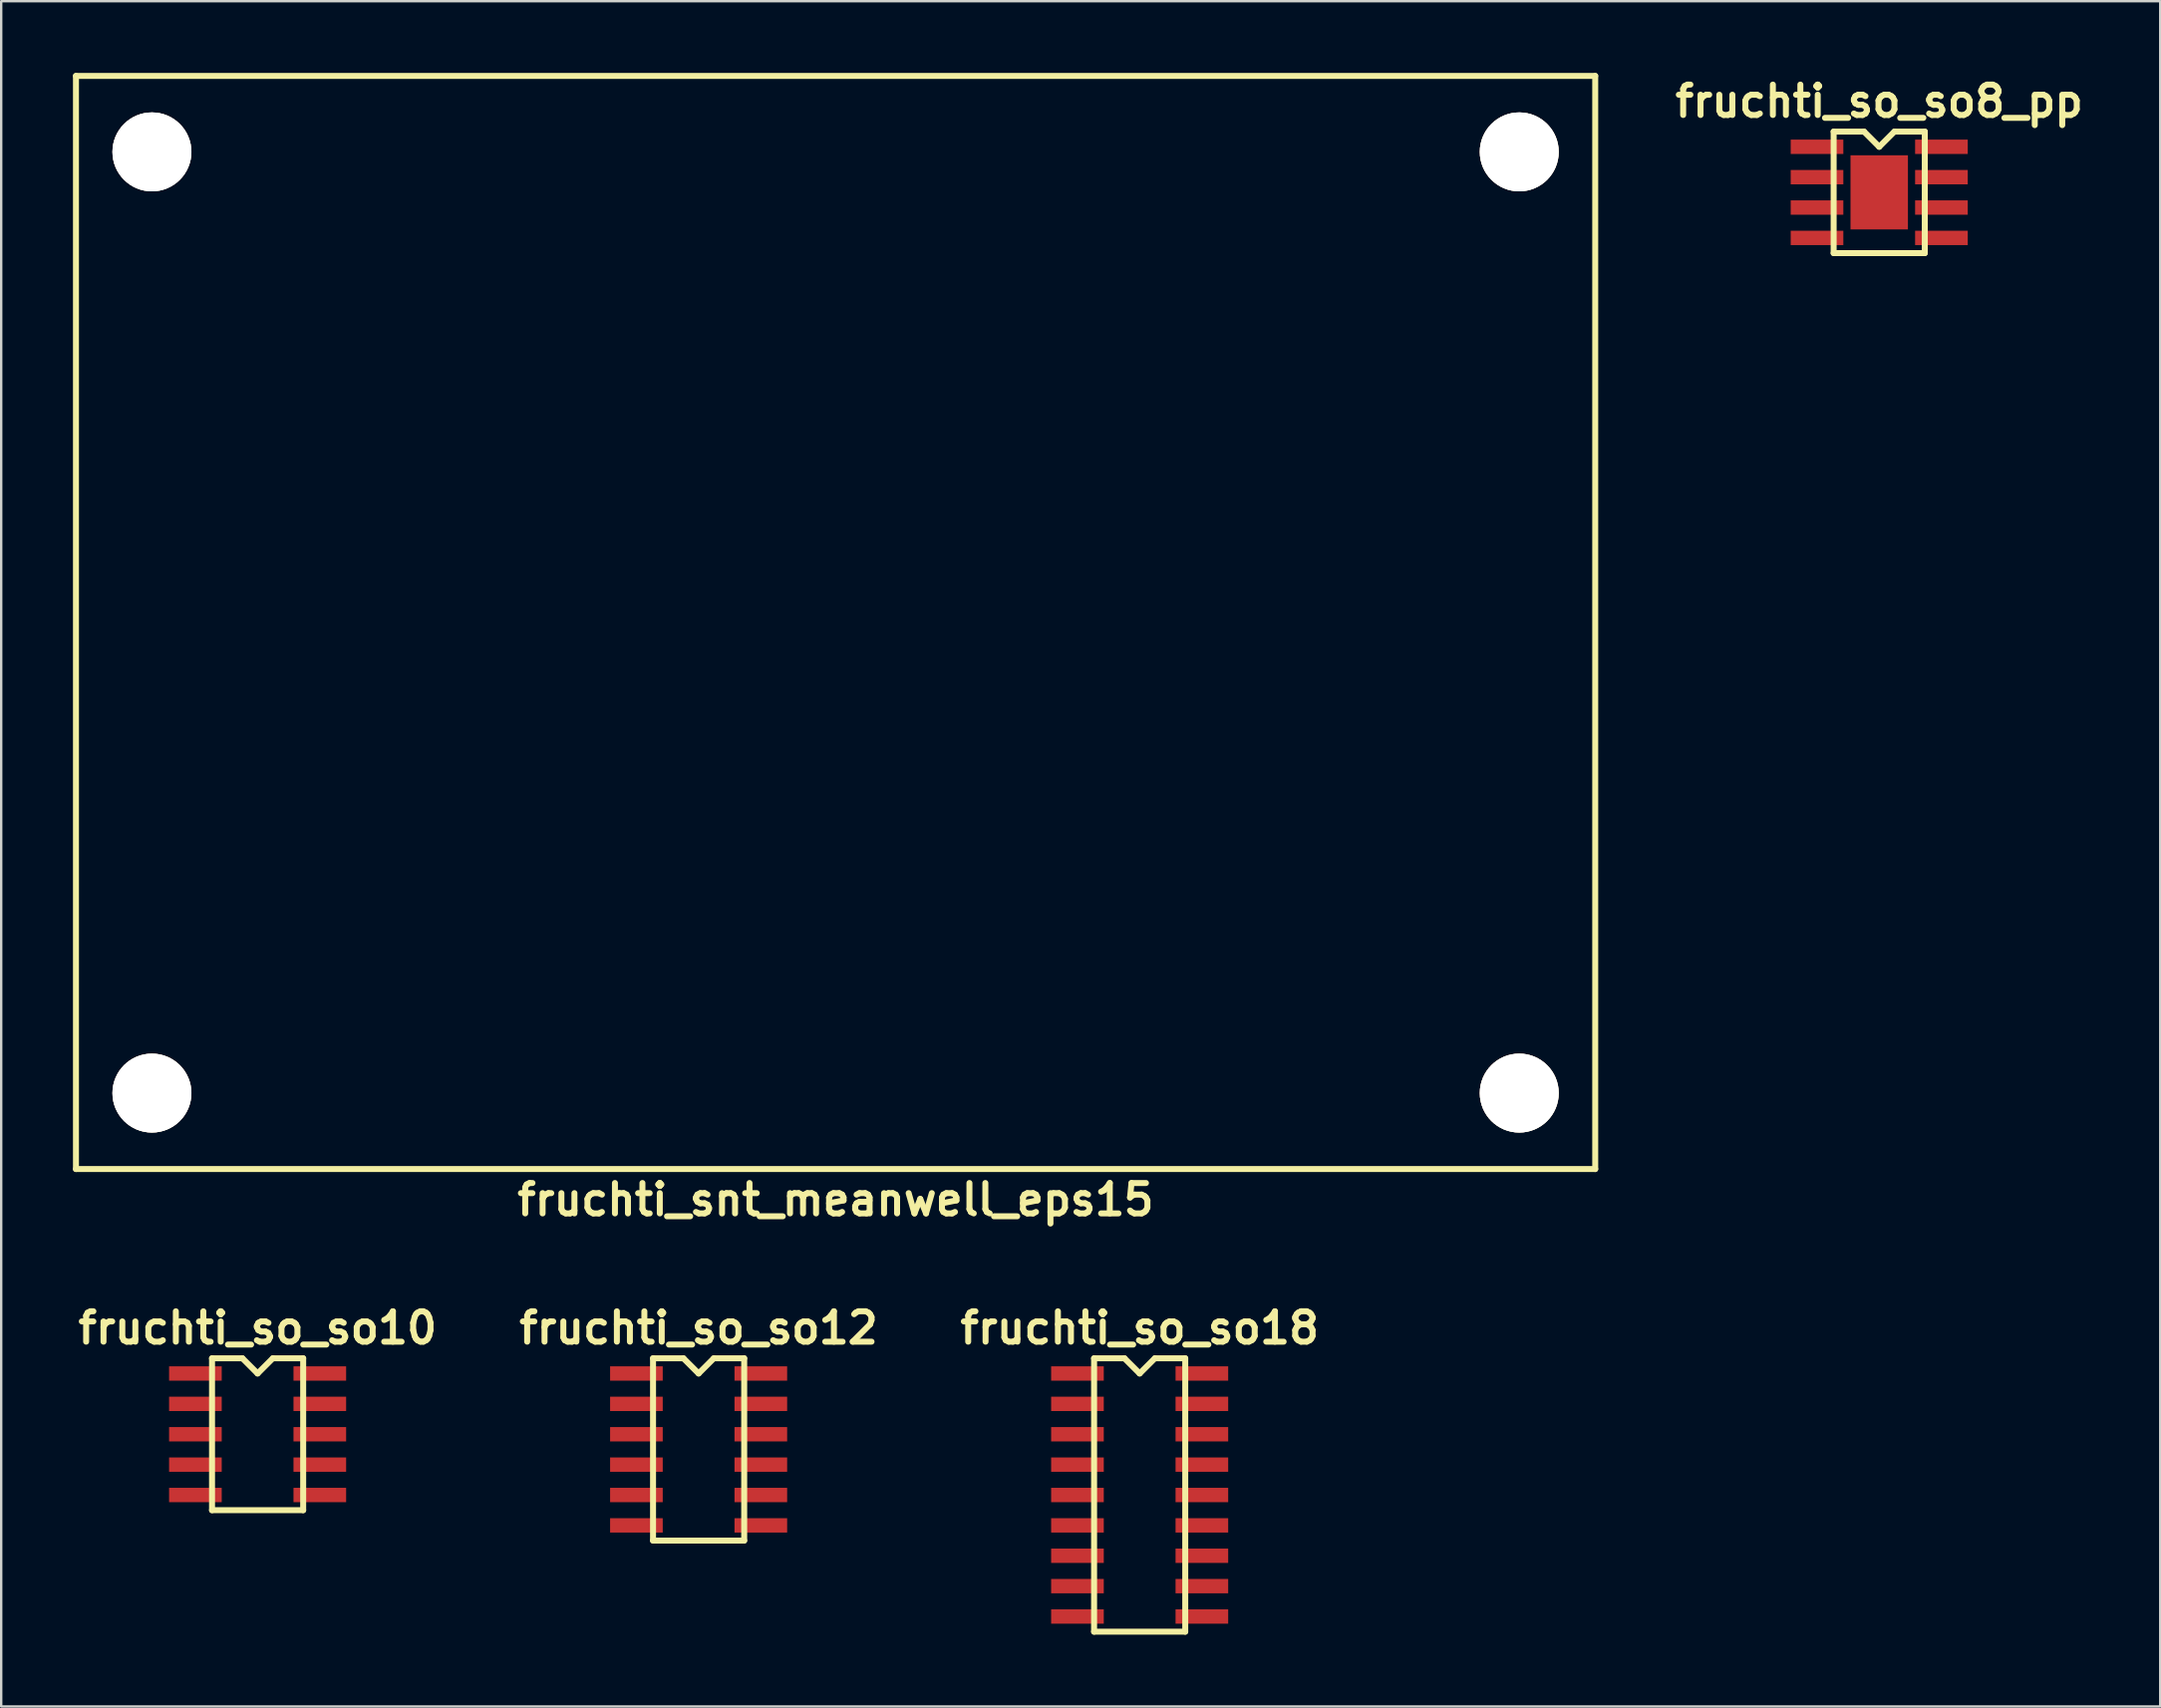
<source format=kicad_pcb>
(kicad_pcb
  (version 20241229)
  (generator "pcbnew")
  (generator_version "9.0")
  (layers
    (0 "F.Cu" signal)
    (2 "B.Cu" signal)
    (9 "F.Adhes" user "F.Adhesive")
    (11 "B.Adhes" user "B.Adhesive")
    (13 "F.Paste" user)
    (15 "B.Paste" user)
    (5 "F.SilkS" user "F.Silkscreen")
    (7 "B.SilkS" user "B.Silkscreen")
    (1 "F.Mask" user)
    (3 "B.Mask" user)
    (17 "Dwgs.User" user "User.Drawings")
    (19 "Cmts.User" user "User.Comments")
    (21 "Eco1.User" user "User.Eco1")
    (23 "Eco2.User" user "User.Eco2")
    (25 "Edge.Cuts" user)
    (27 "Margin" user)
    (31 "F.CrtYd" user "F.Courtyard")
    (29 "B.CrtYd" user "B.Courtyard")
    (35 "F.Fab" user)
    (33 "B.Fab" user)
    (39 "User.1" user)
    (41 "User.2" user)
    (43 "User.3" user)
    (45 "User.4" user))
  (footprint "fruchti_snt_meanwell_eps15"
    (layer "F.Cu")
    (at 31.875 22.975)
    (property "Reference" "fruchti_snt_meanwell_eps15" (at 0 24.13 0) (layer "F.SilkS") (effects (font (size 1.27 1.27) (thickness 0.25))))
    (attr through_hole)
    (fp_line (start -31.75 -22.85) (end -31.75 22.85) (stroke (width 0.25) (type solid)) (layer "F.SilkS"))
    (fp_line (start -31.75 -22.85) (end 31.75 -22.85) (stroke (width 0.25) (type solid)) (layer "F.SilkS"))
    (fp_line (start -31.75 22.85) (end 31.75 22.85) (stroke (width 0.25) (type solid)) (layer "F.SilkS"))
    (fp_line (start 31.75 -22.85) (end 31.75 22.85) (stroke (width 0.25) (type solid)) (layer "F.SilkS"))
    (pad "T" thru_hole circle (at -28.575 -19.675) (size 3.3 3.3) (drill 3.3) (layers "*.Cu" "*.Mask" "F.SilkS"))
    (pad "T" thru_hole circle (at -28.575 19.675) (size 3.3 3.3) (drill 3.3) (layers "*.Cu" "*.Mask" "F.SilkS"))
    (pad "T" thru_hole circle (at 28.575 -19.675) (size 3.3 3.3) (drill 3.3) (layers "*.Cu" "*.Mask" "F.SilkS"))
    (pad "T" thru_hole circle (at 28.575 19.675) (size 3.3 3.3) (drill 3.3) (layers "*.Cu" "*.Mask" "F.SilkS")))
  (footprint "fruchti_so_so10"
    (layer "F.Cu")
    (at 7.717 56.913)
    (property "Reference" "fruchti_so_so10" (at 0 -4.445 0) (layer "F.SilkS") (effects (font (size 1.27 1.27) (thickness 0.25))))
    (attr through_hole)
    (fp_line (start -1.905 -3.175) (end -0.635 -3.175) (stroke (width 0.25) (type solid)) (layer "F.SilkS"))
    (fp_line (start -1.905 3.175) (end -1.905 -3.175) (stroke (width 0.25) (type solid)) (layer "F.SilkS"))
    (fp_line (start -0.635 -3.175) (end 0 -2.54) (stroke (width 0.25) (type solid)) (layer "F.SilkS"))
    (fp_line (start 0 -2.54) (end 0.635 -3.175) (stroke (width 0.25) (type solid)) (layer "F.SilkS"))
    (fp_line (start 0.635 -3.175) (end 1.905 -3.175) (stroke (width 0.25) (type solid)) (layer "F.SilkS"))
    (fp_line (start 1.905 -3.175) (end 1.905 3.175) (stroke (width 0.25) (type solid)) (layer "F.SilkS"))
    (fp_line (start 1.905 3.175) (end -1.905 3.175) (stroke (width 0.25) (type solid)) (layer "F.SilkS"))
    (pad "1" smd rect (at -2.6 -2.54) (size 2.2 0.6) (layers "F.Cu" "F.Mask" "F.Paste"))
    (pad "2" smd rect (at -2.6 -1.27) (size 2.2 0.6) (layers "F.Cu" "F.Mask" "F.Paste"))
    (pad "3" smd rect (at -2.6 0) (size 2.2 0.6) (layers "F.Cu" "F.Mask" "F.Paste"))
    (pad "4" smd rect (at -2.6 1.27) (size 2.2 0.6) (layers "F.Cu" "F.Mask" "F.Paste"))
    (pad "5" smd rect (at -2.6 2.54) (size 2.2 0.6) (layers "F.Cu" "F.Mask" "F.Paste"))
    (pad "6" smd rect (at 2.6 2.54) (size 2.2 0.6) (layers "F.Cu" "F.Mask" "F.Paste"))
    (pad "7" smd rect (at 2.6 1.27) (size 2.2 0.6) (layers "F.Cu" "F.Mask" "F.Paste"))
    (pad "8" smd rect (at 2.6 0) (size 2.2 0.6) (layers "F.Cu" "F.Mask" "F.Paste"))
    (pad "9" smd rect (at 2.6 -1.27) (size 2.2 0.6) (layers "F.Cu" "F.Mask" "F.Paste"))
    (pad "10" smd rect (at 2.6 -2.54) (size 2.2 0.6) (layers "F.Cu" "F.Mask" "F.Paste")))
  (footprint "fruchti_so_so12"
    (layer "F.Cu")
    (at 26.15 57.548)
    (property "Reference" "fruchti_so_so12" (at 0 -5.08 0) (layer "F.SilkS") (effects (font (size 1.27 1.27) (thickness 0.25))))
    (attr through_hole)
    (fp_line (start -1.905 -3.81) (end -0.635 -3.81) (stroke (width 0.25) (type solid)) (layer "F.SilkS"))
    (fp_line (start -1.905 3.81) (end -1.905 -3.81) (stroke (width 0.25) (type solid)) (layer "F.SilkS"))
    (fp_line (start -0.635 -3.81) (end 0 -3.175) (stroke (width 0.25) (type solid)) (layer "F.SilkS"))
    (fp_line (start 0 -3.175) (end 0.635 -3.81) (stroke (width 0.25) (type solid)) (layer "F.SilkS"))
    (fp_line (start 0.635 -3.81) (end 1.905 -3.81) (stroke (width 0.25) (type solid)) (layer "F.SilkS"))
    (fp_line (start 1.905 -3.81) (end 1.905 3.81) (stroke (width 0.25) (type solid)) (layer "F.SilkS"))
    (fp_line (start 1.905 3.81) (end -1.905 3.81) (stroke (width 0.25) (type solid)) (layer "F.SilkS"))
    (pad "1" smd rect (at -2.6 -3.175) (size 2.2 0.6) (layers "F.Cu" "F.Mask" "F.Paste"))
    (pad "2" smd rect (at -2.6 -1.905) (size 2.2 0.6) (layers "F.Cu" "F.Mask" "F.Paste"))
    (pad "3" smd rect (at -2.6 -0.635) (size 2.2 0.6) (layers "F.Cu" "F.Mask" "F.Paste"))
    (pad "4" smd rect (at -2.6 0.635) (size 2.2 0.6) (layers "F.Cu" "F.Mask" "F.Paste"))
    (pad "5" smd rect (at -2.6 1.905) (size 2.2 0.6) (layers "F.Cu" "F.Mask" "F.Paste"))
    (pad "6" smd rect (at -2.6 3.175) (size 2.2 0.6) (layers "F.Cu" "F.Mask" "F.Paste"))
    (pad "7" smd rect (at 2.6 3.175) (size 2.2 0.6) (layers "F.Cu" "F.Mask" "F.Paste"))
    (pad "8" smd rect (at 2.6 1.905) (size 2.2 0.6) (layers "F.Cu" "F.Mask" "F.Paste"))
    (pad "9" smd rect (at 2.6 0.635) (size 2.2 0.6) (layers "F.Cu" "F.Mask" "F.Paste"))
    (pad "10" smd rect (at 2.6 -0.635) (size 2.2 0.6) (layers "F.Cu" "F.Mask" "F.Paste"))
    (pad "11" smd rect (at 2.6 -1.905) (size 2.2 0.6) (layers "F.Cu" "F.Mask" "F.Paste"))
    (pad "12" smd rect (at 2.6 -3.175) (size 2.2 0.6) (layers "F.Cu" "F.Mask" "F.Paste")))
  (footprint "fruchti_so_so8_pp"
    (layer "F.Cu")
    (at 75.495 4.992)
    (property "Reference" "fruchti_so_so8_pp" (at 0 -3.81 0) (layer "F.SilkS") (effects (font (size 1.27 1.27) (thickness 0.25))))
    (attr through_hole)
    (fp_line (start -1.905 -2.54) (end -0.635 -2.54) (stroke (width 0.25) (type solid)) (layer "F.SilkS"))
    (fp_line (start -1.905 2.54) (end -1.905 -2.54) (stroke (width 0.25) (type solid)) (layer "F.SilkS"))
    (fp_line (start -0.635 -2.54) (end 0 -1.905) (stroke (width 0.25) (type solid)) (layer "F.SilkS"))
    (fp_line (start 0 -1.905) (end 0.635 -2.54) (stroke (width 0.25) (type solid)) (layer "F.SilkS"))
    (fp_line (start 0.635 -2.54) (end 1.905 -2.54) (stroke (width 0.25) (type solid)) (layer "F.SilkS"))
    (fp_line (start 1.905 -2.54) (end 1.905 2.54) (stroke (width 0.25) (type solid)) (layer "F.SilkS"))
    (fp_line (start 1.905 2.54) (end -1.905 2.54) (stroke (width 0.25) (type solid)) (layer "F.SilkS"))
    (pad "1" smd rect (at -2.6 -1.905) (size 2.2 0.6) (layers "F.Cu" "F.Mask" "F.Paste"))
    (pad "2" smd rect (at -2.6 -0.635) (size 2.2 0.6) (layers "F.Cu" "F.Mask" "F.Paste"))
    (pad "3" smd rect (at -2.6 0.635) (size 2.2 0.6) (layers "F.Cu" "F.Mask" "F.Paste"))
    (pad "4" smd rect (at -2.6 1.905) (size 2.2 0.6) (layers "F.Cu" "F.Mask" "F.Paste"))
    (pad "5" smd rect (at 2.6 1.905) (size 2.2 0.6) (layers "F.Cu" "F.Mask" "F.Paste"))
    (pad "6" smd rect (at 2.6 0.635) (size 2.2 0.6) (layers "F.Cu" "F.Mask" "F.Paste"))
    (pad "7" smd rect (at 2.6 -0.635) (size 2.2 0.6) (layers "F.Cu" "F.Mask" "F.Paste"))
    (pad "8" smd rect (at 2.6 -1.905) (size 2.2 0.6) (layers "F.Cu" "F.Mask" "F.Paste"))
    (pad "T" smd rect (at 0 0) (size 2.4 3.1) (layers "F.Cu" "F.Mask" "F.Paste")))
  (footprint "fruchti_so_so18"
    (layer "F.Cu")
    (at 44.584 59.453)
    (property "Reference" "fruchti_so_so18" (at 0 -6.985 0) (layer "F.SilkS") (effects (font (size 1.27 1.27) (thickness 0.25))))
    (attr through_hole)
    (fp_line (start -1.905 -5.715) (end -0.635 -5.715) (stroke (width 0.25) (type solid)) (layer "F.SilkS"))
    (fp_line (start -1.905 5.715) (end -1.905 -5.715) (stroke (width 0.25) (type solid)) (layer "F.SilkS"))
    (fp_line (start -0.635 -5.715) (end 0 -5.08) (stroke (width 0.25) (type solid)) (layer "F.SilkS"))
    (fp_line (start 0 -5.08) (end 0.635 -5.715) (stroke (width 0.25) (type solid)) (layer "F.SilkS"))
    (fp_line (start 0.635 -5.715) (end 1.905 -5.715) (stroke (width 0.25) (type solid)) (layer "F.SilkS"))
    (fp_line (start 1.905 -5.715) (end 1.905 5.715) (stroke (width 0.25) (type solid)) (layer "F.SilkS"))
    (fp_line (start 1.905 5.715) (end -1.905 5.715) (stroke (width 0.25) (type solid)) (layer "F.SilkS"))
    (pad "1" smd rect (at -2.6 -5.08) (size 2.2 0.6) (layers "F.Cu" "F.Mask" "F.Paste"))
    (pad "2" smd rect (at -2.6 -3.81) (size 2.2 0.6) (layers "F.Cu" "F.Mask" "F.Paste"))
    (pad "3" smd rect (at -2.6 -2.54) (size 2.2 0.6) (layers "F.Cu" "F.Mask" "F.Paste"))
    (pad "4" smd rect (at -2.6 -1.27) (size 2.2 0.6) (layers "F.Cu" "F.Mask" "F.Paste"))
    (pad "5" smd rect (at -2.6 0) (size 2.2 0.6) (layers "F.Cu" "F.Mask" "F.Paste"))
    (pad "6" smd rect (at -2.6 1.27) (size 2.2 0.6) (layers "F.Cu" "F.Mask" "F.Paste"))
    (pad "7" smd rect (at -2.6 2.54) (size 2.2 0.6) (layers "F.Cu" "F.Mask" "F.Paste"))
    (pad "8" smd rect (at -2.6 3.81) (size 2.2 0.6) (layers "F.Cu" "F.Mask" "F.Paste"))
    (pad "9" smd rect (at -2.6 5.08) (size 2.2 0.6) (layers "F.Cu" "F.Mask" "F.Paste"))
    (pad "10" smd rect (at 2.6 5.08) (size 2.2 0.6) (layers "F.Cu" "F.Mask" "F.Paste"))
    (pad "11" smd rect (at 2.6 3.81) (size 2.2 0.6) (layers "F.Cu" "F.Mask" "F.Paste"))
    (pad "12" smd rect (at 2.6 2.54) (size 2.2 0.6) (layers "F.Cu" "F.Mask" "F.Paste"))
    (pad "13" smd rect (at 2.6 1.27) (size 2.2 0.6) (layers "F.Cu" "F.Mask" "F.Paste"))
    (pad "14" smd rect (at 2.6 0) (size 2.2 0.6) (layers "F.Cu" "F.Mask" "F.Paste"))
    (pad "15" smd rect (at 2.6 -1.27) (size 2.2 0.6) (layers "F.Cu" "F.Mask" "F.Paste"))
    (pad "16" smd rect (at 2.6 -2.54) (size 2.2 0.6) (layers "F.Cu" "F.Mask" "F.Paste"))
    (pad "17" smd rect (at 2.6 -3.81) (size 2.2 0.6) (layers "F.Cu" "F.Mask" "F.Paste"))
    (pad "18" smd rect (at 2.6 -5.08) (size 2.2 0.6) (layers "F.Cu" "F.Mask" "F.Paste")))
  (gr_rect
    (start -3 -3)
    (end 87.24 68.293)
    (stroke (width 0.1) (type default))
    (fill no)
    (layer "Edge.Cuts")))
</source>
